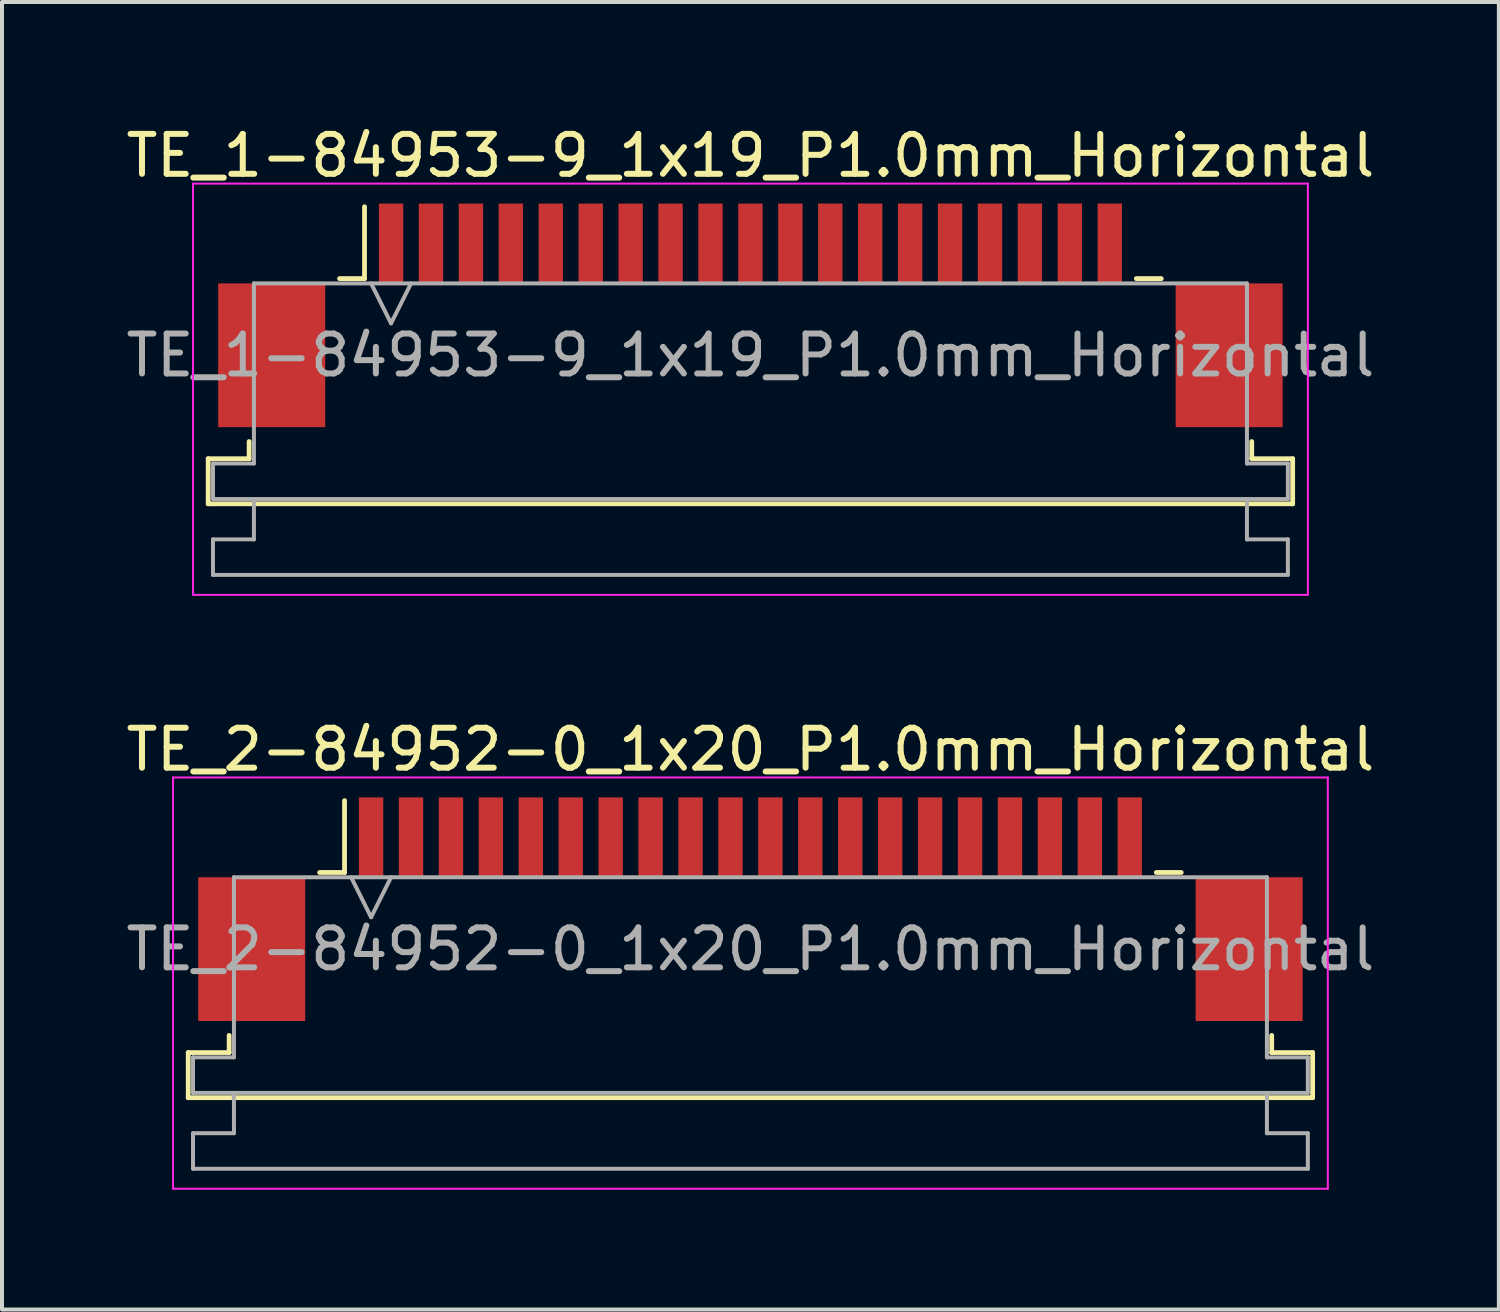
<source format=kicad_pcb>
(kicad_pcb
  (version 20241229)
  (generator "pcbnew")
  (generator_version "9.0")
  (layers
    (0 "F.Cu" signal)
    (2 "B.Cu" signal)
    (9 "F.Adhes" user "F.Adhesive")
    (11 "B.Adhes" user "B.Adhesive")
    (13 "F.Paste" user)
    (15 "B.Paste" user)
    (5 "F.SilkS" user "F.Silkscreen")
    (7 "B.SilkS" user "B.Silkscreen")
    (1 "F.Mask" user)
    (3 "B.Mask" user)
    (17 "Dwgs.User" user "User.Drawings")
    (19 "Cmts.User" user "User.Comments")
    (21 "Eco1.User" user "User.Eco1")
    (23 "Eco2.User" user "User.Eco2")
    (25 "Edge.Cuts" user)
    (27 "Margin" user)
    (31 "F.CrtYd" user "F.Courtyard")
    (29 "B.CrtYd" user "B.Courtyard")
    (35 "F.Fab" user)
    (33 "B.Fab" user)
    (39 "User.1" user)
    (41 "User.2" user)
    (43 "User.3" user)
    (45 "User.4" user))
  (footprint "TE_2-84952-0_1x20_P1.0mm_Horizontal"
    (layer "F.Cu")
    (at 15.744 19.721)
    (property "Reference" "TE_2-84952-0_1x20_P1.0mm_Horizontal" (at 0 -4 0) (layer "F.SilkS") (effects (font (size 1 1) (thickness 0.15))))
    (attr smd)
    (fp_line (start -14.08 3.59) (end -13.055 3.59) (stroke (width 0.12) (type solid)) (layer "F.SilkS"))
    (fp_line (start -14.08 4.72) (end -14.08 3.59) (stroke (width 0.12) (type solid)) (layer "F.SilkS"))
    (fp_line (start -13.055 3.59) (end -13.055 3.16) (stroke (width 0.12) (type solid)) (layer "F.SilkS"))
    (fp_line (start -10.79 -0.92) (end -10.165 -0.92) (stroke (width 0.12) (type solid)) (layer "F.SilkS"))
    (fp_line (start -10.165 -0.92) (end -10.165 -2.72) (stroke (width 0.12) (type solid)) (layer "F.SilkS"))
    (fp_line (start 10.165 -0.92) (end 10.79 -0.92) (stroke (width 0.12) (type solid)) (layer "F.SilkS"))
    (fp_line (start 13.055 3.16) (end 13.055 3.59) (stroke (width 0.12) (type solid)) (layer "F.SilkS"))
    (fp_line (start 13.055 3.59) (end 14.08 3.59) (stroke (width 0.12) (type solid)) (layer "F.SilkS"))
    (fp_line (start 14.08 3.59) (end 14.08 4.72) (stroke (width 0.12) (type solid)) (layer "F.SilkS"))
    (fp_line (start 14.08 4.72) (end -14.08 4.72) (stroke (width 0.12) (type solid)) (layer "F.SilkS"))
    (fp_line (start -14.46 -3.3) (end -14.46 7) (stroke (width 0.05) (type solid)) (layer "F.CrtYd"))
    (fp_line (start -14.46 7) (end 14.46 7) (stroke (width 0.05) (type solid)) (layer "F.CrtYd"))
    (fp_line (start 14.46 -3.3) (end -14.46 -3.3) (stroke (width 0.05) (type solid)) (layer "F.CrtYd"))
    (fp_line (start 14.46 7) (end 14.46 -3.3) (stroke (width 0.05) (type solid)) (layer "F.CrtYd"))
    (fp_line (start -13.96 3.71) (end -12.935 3.71) (stroke (width 0.1) (type solid)) (layer "F.Fab"))
    (fp_line (start -13.96 4.6) (end -13.96 3.71) (stroke (width 0.1) (type solid)) (layer "F.Fab"))
    (fp_line (start -13.96 5.61) (end -12.935 5.61) (stroke (width 0.1) (type solid)) (layer "F.Fab"))
    (fp_line (start -13.96 6.5) (end -13.96 5.61) (stroke (width 0.1) (type solid)) (layer "F.Fab"))
    (fp_line (start -12.935 -0.8) (end 12.935 -0.8) (stroke (width 0.1) (type solid)) (layer "F.Fab"))
    (fp_line (start -12.935 3.71) (end -12.935 -0.8) (stroke (width 0.1) (type solid)) (layer "F.Fab"))
    (fp_line (start -12.935 5.61) (end -12.935 4.6) (stroke (width 0.1) (type solid)) (layer "F.Fab"))
    (fp_line (start -10 -0.8) (end -9.5 0.2) (stroke (width 0.1) (type solid)) (layer "F.Fab"))
    (fp_line (start -9.5 0.2) (end -9 -0.8) (stroke (width 0.1) (type solid)) (layer "F.Fab"))
    (fp_line (start 12.935 -0.8) (end 12.935 3.71) (stroke (width 0.1) (type solid)) (layer "F.Fab"))
    (fp_line (start 12.935 3.71) (end 13.96 3.71) (stroke (width 0.1) (type solid)) (layer "F.Fab"))
    (fp_line (start 12.935 4.6) (end 12.935 5.61) (stroke (width 0.1) (type solid)) (layer "F.Fab"))
    (fp_line (start 12.935 5.61) (end 13.96 5.61) (stroke (width 0.1) (type solid)) (layer "F.Fab"))
    (fp_line (start 13.96 3.71) (end 13.96 4.6) (stroke (width 0.1) (type solid)) (layer "F.Fab"))
    (fp_line (start 13.96 4.6) (end -13.96 4.6) (stroke (width 0.1) (type solid)) (layer "F.Fab"))
    (fp_line (start 13.96 5.61) (end 13.96 6.5) (stroke (width 0.1) (type solid)) (layer "F.Fab"))
    (fp_line (start 13.96 6.5) (end -13.96 6.5) (stroke (width 0.1) (type solid)) (layer "F.Fab"))
    (fp_text user "${REFERENCE}" (at 0 1 0) (layer "F.Fab") (effects (font (size 1 1) (thickness 0.15))))
    (pad "" smd rect (at -12.49 1) (size 2.68 3.6) (layers "F.Cu" "F.Mask" "F.Paste"))
    (pad "" smd rect (at 12.49 1) (size 2.68 3.6) (layers "F.Cu" "F.Mask" "F.Paste"))
    (pad "1" smd rect (at -9.5 -1.8) (size 0.61 2) (layers "F.Cu" "F.Mask" "F.Paste"))
    (pad "2" smd rect (at -8.5 -1.8) (size 0.61 2) (layers "F.Cu" "F.Mask" "F.Paste"))
    (pad "3" smd rect (at -7.5 -1.8) (size 0.61 2) (layers "F.Cu" "F.Mask" "F.Paste"))
    (pad "4" smd rect (at -6.5 -1.8) (size 0.61 2) (layers "F.Cu" "F.Mask" "F.Paste"))
    (pad "5" smd rect (at -5.5 -1.8) (size 0.61 2) (layers "F.Cu" "F.Mask" "F.Paste"))
    (pad "6" smd rect (at -4.5 -1.8) (size 0.61 2) (layers "F.Cu" "F.Mask" "F.Paste"))
    (pad "7" smd rect (at -3.5 -1.8) (size 0.61 2) (layers "F.Cu" "F.Mask" "F.Paste"))
    (pad "8" smd rect (at -2.5 -1.8) (size 0.61 2) (layers "F.Cu" "F.Mask" "F.Paste"))
    (pad "9" smd rect (at -1.5 -1.8) (size 0.61 2) (layers "F.Cu" "F.Mask" "F.Paste"))
    (pad "10" smd rect (at -0.5 -1.8) (size 0.61 2) (layers "F.Cu" "F.Mask" "F.Paste"))
    (pad "11" smd rect (at 0.5 -1.8) (size 0.61 2) (layers "F.Cu" "F.Mask" "F.Paste"))
    (pad "12" smd rect (at 1.5 -1.8) (size 0.61 2) (layers "F.Cu" "F.Mask" "F.Paste"))
    (pad "13" smd rect (at 2.5 -1.8) (size 0.61 2) (layers "F.Cu" "F.Mask" "F.Paste"))
    (pad "14" smd rect (at 3.5 -1.8) (size 0.61 2) (layers "F.Cu" "F.Mask" "F.Paste"))
    (pad "15" smd rect (at 4.5 -1.8) (size 0.61 2) (layers "F.Cu" "F.Mask" "F.Paste"))
    (pad "16" smd rect (at 5.5 -1.8) (size 0.61 2) (layers "F.Cu" "F.Mask" "F.Paste"))
    (pad "17" smd rect (at 6.5 -1.8) (size 0.61 2) (layers "F.Cu" "F.Mask" "F.Paste"))
    (pad "18" smd rect (at 7.5 -1.8) (size 0.61 2) (layers "F.Cu" "F.Mask" "F.Paste"))
    (pad "19" smd rect (at 8.5 -1.8) (size 0.61 2) (layers "F.Cu" "F.Mask" "F.Paste"))
    (pad "20" smd rect (at 9.5 -1.8) (size 0.61 2) (layers "F.Cu" "F.Mask" "F.Paste")))
  (footprint "TE_1-84953-9_1x19_P1.0mm_Horizontal"
    (layer "F.Cu")
    (at 15.744 4.848)
    (property "Reference" "TE_1-84953-9_1x19_P1.0mm_Horizontal" (at 0 -4 0) (layer "F.SilkS") (effects (font (size 1 1) (thickness 0.15))))
    (attr smd)
    (fp_line (start -13.58 3.59) (end -12.555 3.59) (stroke (width 0.12) (type solid)) (layer "F.SilkS"))
    (fp_line (start -13.58 4.72) (end -13.58 3.59) (stroke (width 0.12) (type solid)) (layer "F.SilkS"))
    (fp_line (start -12.555 3.59) (end -12.555 3.16) (stroke (width 0.12) (type solid)) (layer "F.SilkS"))
    (fp_line (start -10.29 -0.92) (end -9.665 -0.92) (stroke (width 0.12) (type solid)) (layer "F.SilkS"))
    (fp_line (start -9.665 -0.92) (end -9.665 -2.72) (stroke (width 0.12) (type solid)) (layer "F.SilkS"))
    (fp_line (start 9.665 -0.92) (end 10.29 -0.92) (stroke (width 0.12) (type solid)) (layer "F.SilkS"))
    (fp_line (start 12.555 3.16) (end 12.555 3.59) (stroke (width 0.12) (type solid)) (layer "F.SilkS"))
    (fp_line (start 12.555 3.59) (end 13.58 3.59) (stroke (width 0.12) (type solid)) (layer "F.SilkS"))
    (fp_line (start 13.58 3.59) (end 13.58 4.72) (stroke (width 0.12) (type solid)) (layer "F.SilkS"))
    (fp_line (start 13.58 4.72) (end -13.58 4.72) (stroke (width 0.12) (type solid)) (layer "F.SilkS"))
    (fp_line (start -13.96 -3.3) (end -13.96 7) (stroke (width 0.05) (type solid)) (layer "F.CrtYd"))
    (fp_line (start -13.96 7) (end 13.96 7) (stroke (width 0.05) (type solid)) (layer "F.CrtYd"))
    (fp_line (start 13.96 -3.3) (end -13.96 -3.3) (stroke (width 0.05) (type solid)) (layer "F.CrtYd"))
    (fp_line (start 13.96 7) (end 13.96 -3.3) (stroke (width 0.05) (type solid)) (layer "F.CrtYd"))
    (fp_line (start -13.46 3.71) (end -12.435 3.71) (stroke (width 0.1) (type solid)) (layer "F.Fab"))
    (fp_line (start -13.46 4.6) (end -13.46 3.71) (stroke (width 0.1) (type solid)) (layer "F.Fab"))
    (fp_line (start -13.46 5.61) (end -12.435 5.61) (stroke (width 0.1) (type solid)) (layer "F.Fab"))
    (fp_line (start -13.46 6.5) (end -13.46 5.61) (stroke (width 0.1) (type solid)) (layer "F.Fab"))
    (fp_line (start -12.435 -0.8) (end 12.435 -0.8) (stroke (width 0.1) (type solid)) (layer "F.Fab"))
    (fp_line (start -12.435 3.71) (end -12.435 -0.8) (stroke (width 0.1) (type solid)) (layer "F.Fab"))
    (fp_line (start -12.435 5.61) (end -12.435 4.6) (stroke (width 0.1) (type solid)) (layer "F.Fab"))
    (fp_line (start -9.5 -0.8) (end -9 0.2) (stroke (width 0.1) (type solid)) (layer "F.Fab"))
    (fp_line (start -9 0.2) (end -8.5 -0.8) (stroke (width 0.1) (type solid)) (layer "F.Fab"))
    (fp_line (start 12.435 -0.8) (end 12.435 3.71) (stroke (width 0.1) (type solid)) (layer "F.Fab"))
    (fp_line (start 12.435 3.71) (end 13.46 3.71) (stroke (width 0.1) (type solid)) (layer "F.Fab"))
    (fp_line (start 12.435 4.6) (end 12.435 5.61) (stroke (width 0.1) (type solid)) (layer "F.Fab"))
    (fp_line (start 12.435 5.61) (end 13.46 5.61) (stroke (width 0.1) (type solid)) (layer "F.Fab"))
    (fp_line (start 13.46 3.71) (end 13.46 4.6) (stroke (width 0.1) (type solid)) (layer "F.Fab"))
    (fp_line (start 13.46 4.6) (end -13.46 4.6) (stroke (width 0.1) (type solid)) (layer "F.Fab"))
    (fp_line (start 13.46 5.61) (end 13.46 6.5) (stroke (width 0.1) (type solid)) (layer "F.Fab"))
    (fp_line (start 13.46 6.5) (end -13.46 6.5) (stroke (width 0.1) (type solid)) (layer "F.Fab"))
    (fp_text user "${REFERENCE}" (at 0 1 0) (layer "F.Fab") (effects (font (size 1 1) (thickness 0.15))))
    (pad "" smd rect (at -11.99 1) (size 2.68 3.6) (layers "F.Cu" "F.Mask" "F.Paste"))
    (pad "" smd rect (at 11.99 1) (size 2.68 3.6) (layers "F.Cu" "F.Mask" "F.Paste"))
    (pad "1" smd rect (at -9 -1.8) (size 0.61 2) (layers "F.Cu" "F.Mask" "F.Paste"))
    (pad "2" smd rect (at -8 -1.8) (size 0.61 2) (layers "F.Cu" "F.Mask" "F.Paste"))
    (pad "3" smd rect (at -7 -1.8) (size 0.61 2) (layers "F.Cu" "F.Mask" "F.Paste"))
    (pad "4" smd rect (at -6 -1.8) (size 0.61 2) (layers "F.Cu" "F.Mask" "F.Paste"))
    (pad "5" smd rect (at -5 -1.8) (size 0.61 2) (layers "F.Cu" "F.Mask" "F.Paste"))
    (pad "6" smd rect (at -4 -1.8) (size 0.61 2) (layers "F.Cu" "F.Mask" "F.Paste"))
    (pad "7" smd rect (at -3 -1.8) (size 0.61 2) (layers "F.Cu" "F.Mask" "F.Paste"))
    (pad "8" smd rect (at -2 -1.8) (size 0.61 2) (layers "F.Cu" "F.Mask" "F.Paste"))
    (pad "9" smd rect (at -1 -1.8) (size 0.61 2) (layers "F.Cu" "F.Mask" "F.Paste"))
    (pad "10" smd rect (at 0 -1.8) (size 0.61 2) (layers "F.Cu" "F.Mask" "F.Paste"))
    (pad "11" smd rect (at 1 -1.8) (size 0.61 2) (layers "F.Cu" "F.Mask" "F.Paste"))
    (pad "12" smd rect (at 2 -1.8) (size 0.61 2) (layers "F.Cu" "F.Mask" "F.Paste"))
    (pad "13" smd rect (at 3 -1.8) (size 0.61 2) (layers "F.Cu" "F.Mask" "F.Paste"))
    (pad "14" smd rect (at 4 -1.8) (size 0.61 2) (layers "F.Cu" "F.Mask" "F.Paste"))
    (pad "15" smd rect (at 5 -1.8) (size 0.61 2) (layers "F.Cu" "F.Mask" "F.Paste"))
    (pad "16" smd rect (at 6 -1.8) (size 0.61 2) (layers "F.Cu" "F.Mask" "F.Paste"))
    (pad "17" smd rect (at 7 -1.8) (size 0.61 2) (layers "F.Cu" "F.Mask" "F.Paste"))
    (pad "18" smd rect (at 8 -1.8) (size 0.61 2) (layers "F.Cu" "F.Mask" "F.Paste"))
    (pad "19" smd rect (at 9 -1.8) (size 0.61 2) (layers "F.Cu" "F.Mask" "F.Paste")))
  (gr_rect
    (start -3 -3)
    (end 34.488 29.747)
    (stroke (width 0.1) (type default))
    (fill no)
    (layer "Edge.Cuts")))
</source>
